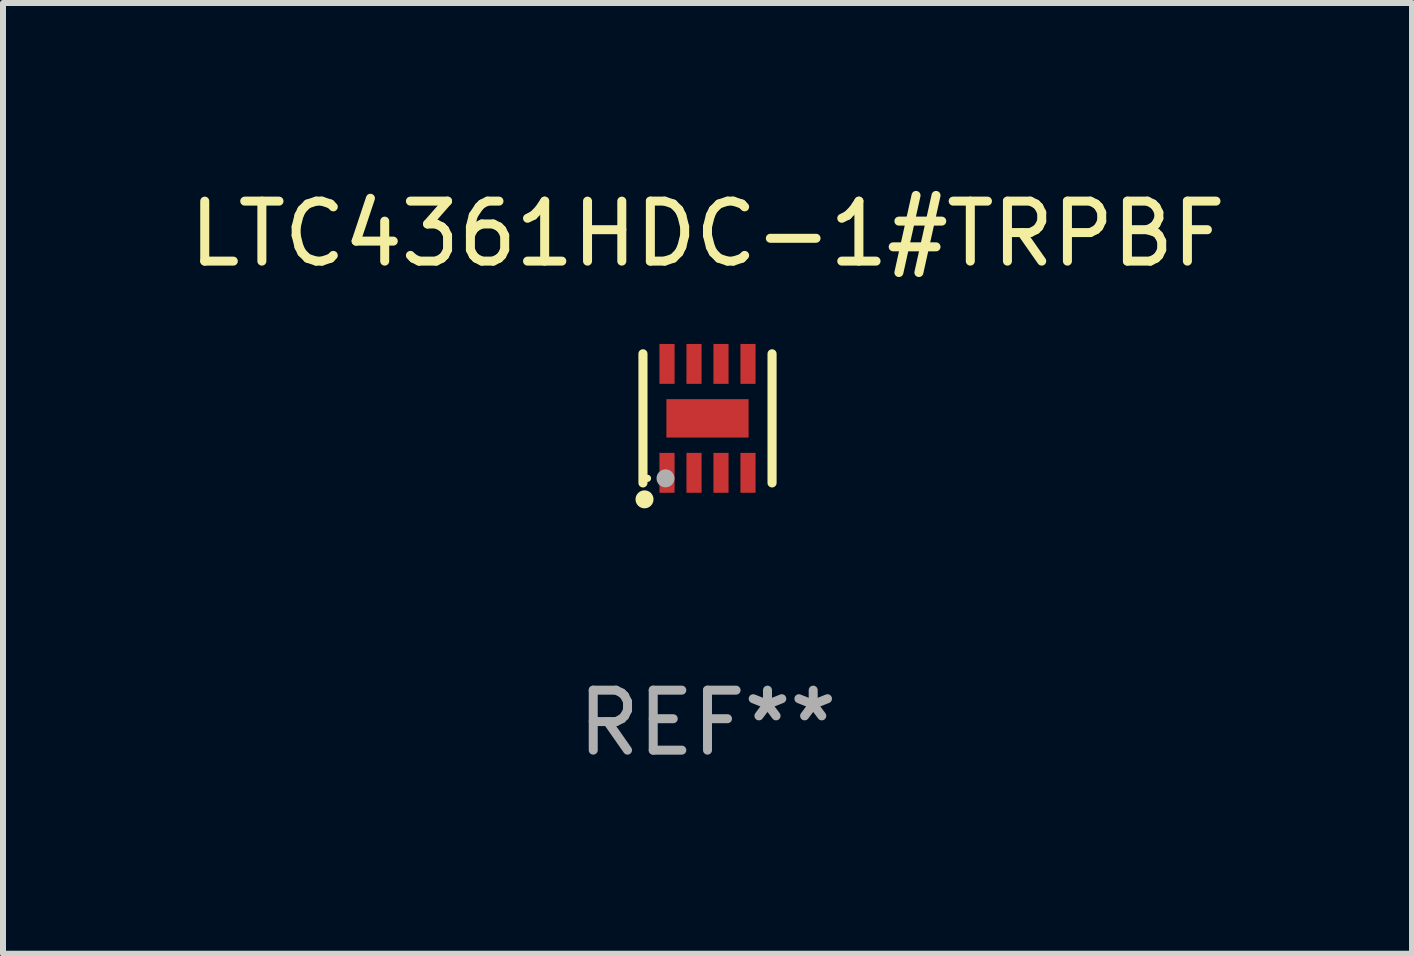
<source format=kicad_pcb>
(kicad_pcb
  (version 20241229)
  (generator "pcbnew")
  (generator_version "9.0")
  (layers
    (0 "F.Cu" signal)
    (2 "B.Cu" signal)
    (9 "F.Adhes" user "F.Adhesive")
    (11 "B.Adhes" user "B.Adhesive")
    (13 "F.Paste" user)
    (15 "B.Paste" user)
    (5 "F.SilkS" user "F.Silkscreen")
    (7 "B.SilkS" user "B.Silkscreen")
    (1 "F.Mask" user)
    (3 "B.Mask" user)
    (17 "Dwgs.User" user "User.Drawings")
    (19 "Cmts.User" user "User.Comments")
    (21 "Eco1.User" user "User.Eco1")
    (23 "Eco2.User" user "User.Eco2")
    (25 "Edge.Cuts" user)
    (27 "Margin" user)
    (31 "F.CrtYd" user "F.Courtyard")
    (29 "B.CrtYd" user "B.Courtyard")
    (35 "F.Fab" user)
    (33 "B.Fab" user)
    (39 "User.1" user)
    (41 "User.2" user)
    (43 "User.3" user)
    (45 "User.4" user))
  (footprint "LTC4361HDC-1#TRPBF"
    (layer "F.Cu")
    (at 8.744 3.924)
    (property "Reference" "LTC4361HDC-1#TRPBF" (at 0 -3.076 0) (layer "F.SilkS") (effects (font (size 1 1) (thickness 0.15))))
    (attr through_hole)
    (fp_line (start -1.076 1.076) (end -1.076 -1.076) (stroke (width 0.152) (type solid)) (layer "F.SilkS"))
    (fp_line (start 1.076 1.076) (end 1.076 -1.076) (stroke (width 0.152) (type solid)) (layer "F.SilkS"))
    (fp_circle (center -1.05 1.35) (end -0.975 1.35) (stroke (width 0.15) (type solid)) (fill no) (layer "F.SilkS"))
    (fp_circle (center -1 1) (end -0.97 1) (stroke (width 0.06) (type solid)) (fill no) (layer "F.SilkS"))
    (fp_circle (center -0.7 1) (end -0.625 1) (stroke (width 0.15) (type solid)) (fill no) (layer "F.Fab"))
    (fp_text user "REF**" (at 0 5.076 0) (layer "F.Fab") (effects (font (size 1 1) (thickness 0.15))))
    (pad "1" smd rect (at -0.675 0.908) (size 0.252 0.665) (layers "F.Cu" "F.Mask" "F.Paste"))
    (pad "2" smd rect (at -0.225 0.908) (size 0.252 0.665) (layers "F.Cu" "F.Mask" "F.Paste"))
    (pad "3" smd rect (at 0.225 0.908) (size 0.252 0.665) (layers "F.Cu" "F.Mask" "F.Paste"))
    (pad "4" smd rect (at 0.675 0.908) (size 0.252 0.665) (layers "F.Cu" "F.Mask" "F.Paste"))
    (pad "5" smd rect (at 0.675 -0.908) (size 0.252 0.665) (layers "F.Cu" "F.Mask" "F.Paste"))
    (pad "6" smd rect (at 0.225 -0.908) (size 0.252 0.665) (layers "F.Cu" "F.Mask" "F.Paste"))
    (pad "7" smd rect (at -0.225 -0.908) (size 0.252 0.665) (layers "F.Cu" "F.Mask" "F.Paste"))
    (pad "8" smd rect (at -0.675 -0.908) (size 0.252 0.665) (layers "F.Cu" "F.Mask" "F.Paste"))
    (pad "9" smd rect (at 0 0) (size 1.37 0.64) (layers "F.Cu" "F.Mask" "F.Paste")))
  (gr_rect
    (start -3 -3)
    (end 20.488 12.849)
    (stroke (width 0.1) (type default))
    (fill no)
    (layer "Edge.Cuts")))
</source>
